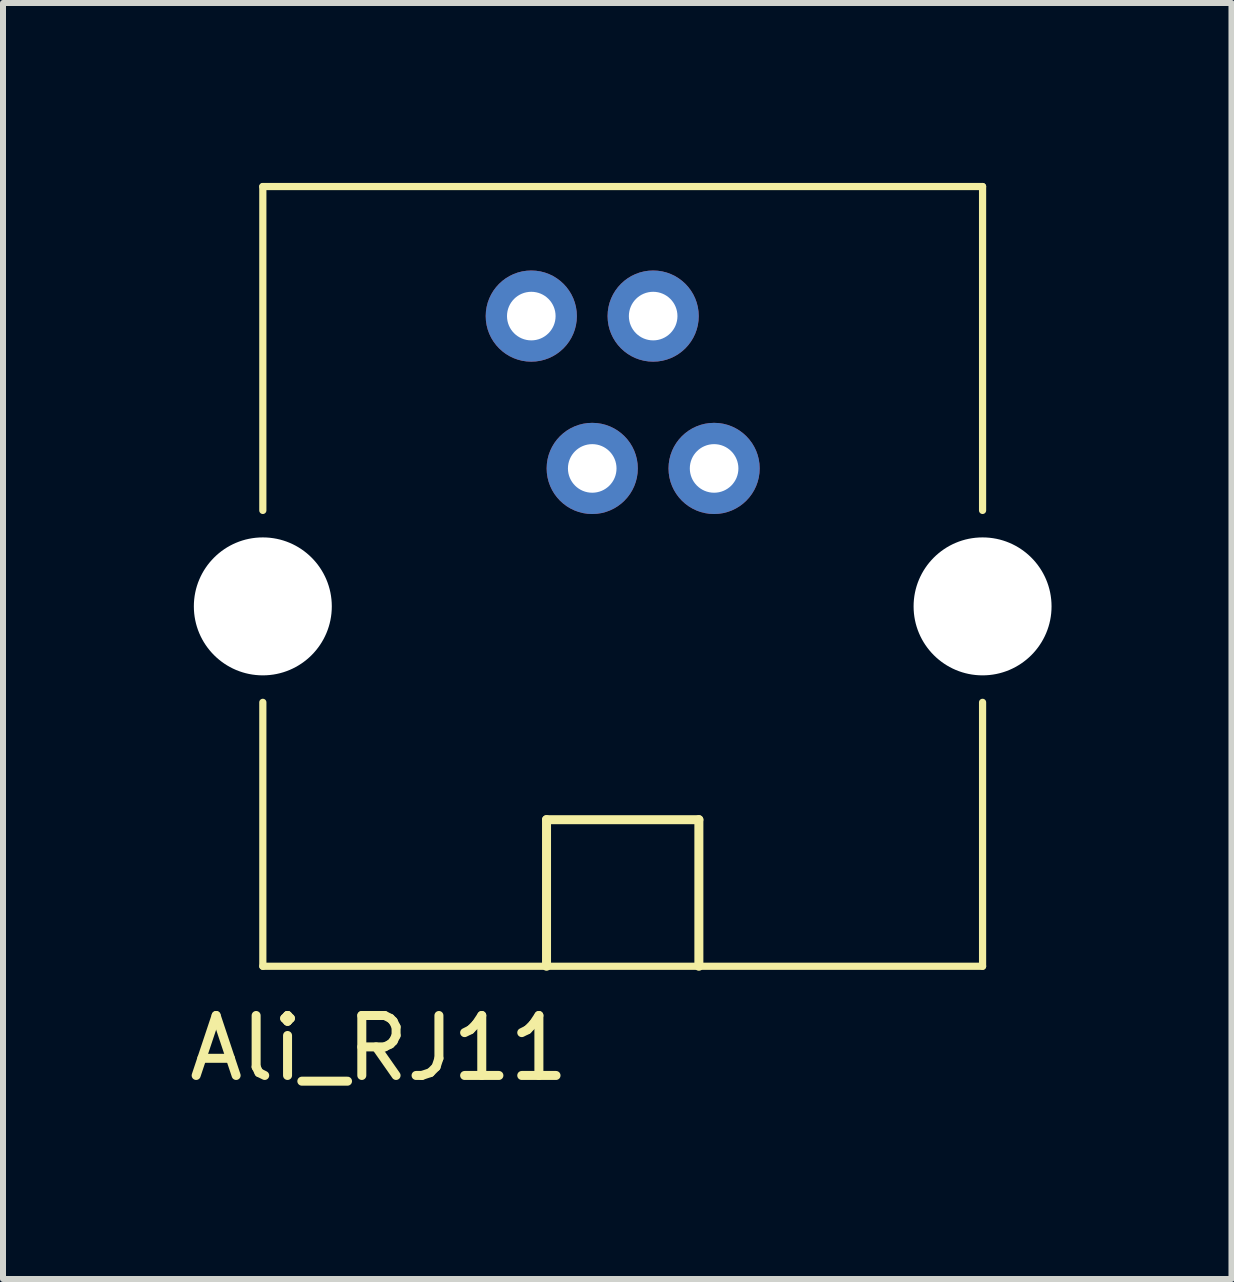
<source format=kicad_pcb>
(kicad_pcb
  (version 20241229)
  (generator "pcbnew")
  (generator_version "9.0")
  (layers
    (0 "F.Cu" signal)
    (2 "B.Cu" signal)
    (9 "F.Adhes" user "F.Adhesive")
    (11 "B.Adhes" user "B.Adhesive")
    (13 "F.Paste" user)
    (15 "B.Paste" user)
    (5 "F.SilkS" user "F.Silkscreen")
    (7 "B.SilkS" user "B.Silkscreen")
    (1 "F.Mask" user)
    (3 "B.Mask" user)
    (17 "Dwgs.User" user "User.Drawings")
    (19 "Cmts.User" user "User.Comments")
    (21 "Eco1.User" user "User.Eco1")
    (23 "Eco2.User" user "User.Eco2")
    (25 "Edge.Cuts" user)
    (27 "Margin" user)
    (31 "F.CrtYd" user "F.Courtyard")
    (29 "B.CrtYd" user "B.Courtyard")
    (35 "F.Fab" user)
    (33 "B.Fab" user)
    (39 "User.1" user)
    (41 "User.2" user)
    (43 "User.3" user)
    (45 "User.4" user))
  (footprint "Ali_RJ11"
    (layer "F.Cu")
    (at 8.856 4.76)
    (property "Reference" "Ali_RJ11" (at -5.588 9.666 0) (layer "F.SilkS") (effects (font (size 1 1) (thickness 0.15))))
    (attr through_hole)
    (fp_line (start -7.524 -4.7) (end -7.524 0.7) (stroke (width 0.12) (type solid)) (layer "F.SilkS"))
    (fp_line (start -7.524 -4.7) (end 4.476 -4.7) (stroke (width 0.12) (type solid)) (layer "F.SilkS"))
    (fp_line (start -7.524 3.9) (end -7.524 8.3) (stroke (width 0.12) (type solid)) (layer "F.SilkS"))
    (fp_line (start -7.524 8.3) (end 4.476 8.3) (stroke (width 0.12) (type solid)) (layer "F.SilkS"))
    (fp_line (start -2.794 5.856) (end -0.254 5.856) (stroke (width 0.15) (type solid)) (layer "F.SilkS"))
    (fp_line (start -2.794 8.3) (end -2.794 5.856) (stroke (width 0.15) (type solid)) (layer "F.SilkS"))
    (fp_line (start -0.254 5.856) (end -0.254 8.3) (stroke (width 0.15) (type solid)) (layer "F.SilkS"))
    (fp_line (start 4.476 -4.7) (end 4.476 0.7) (stroke (width 0.12) (type solid)) (layer "F.SilkS"))
    (fp_line (start 4.476 3.9) (end 4.476 8.3) (stroke (width 0.12) (type solid)) (layer "F.SilkS"))
    (pad "" np_thru_hole circle (at -7.524 2.3) (size 2.3 2.3) (drill 2.3) (layers "*.Cu" "*.Mask"))
    (pad "" np_thru_hole circle (at 4.476 2.3) (size 2.3 2.3) (drill 2.3) (layers "*.Cu" "*.Mask"))
    (pad "1" thru_hole circle (at 0 0 180) (size 1.52 1.52) (drill 0.81) (layers "*.Cu" "*.Mask"))
    (pad "2" thru_hole circle (at -1.016 -2.54 180) (size 1.52 1.52) (drill 0.81) (layers "*.Cu" "*.Mask"))
    (pad "3" thru_hole circle (at -2.032 0 180) (size 1.52 1.52) (drill 0.81) (layers "*.Cu" "*.Mask"))
    (pad "4" thru_hole circle (at -3.048 -2.54 180) (size 1.52 1.52) (drill 0.81) (layers "*.Cu" "*.Mask")))
  (gr_rect
    (start -3 -3)
    (end 17.482 18.274)
    (stroke (width 0.1) (type default))
    (fill no)
    (layer "Edge.Cuts")))
</source>
